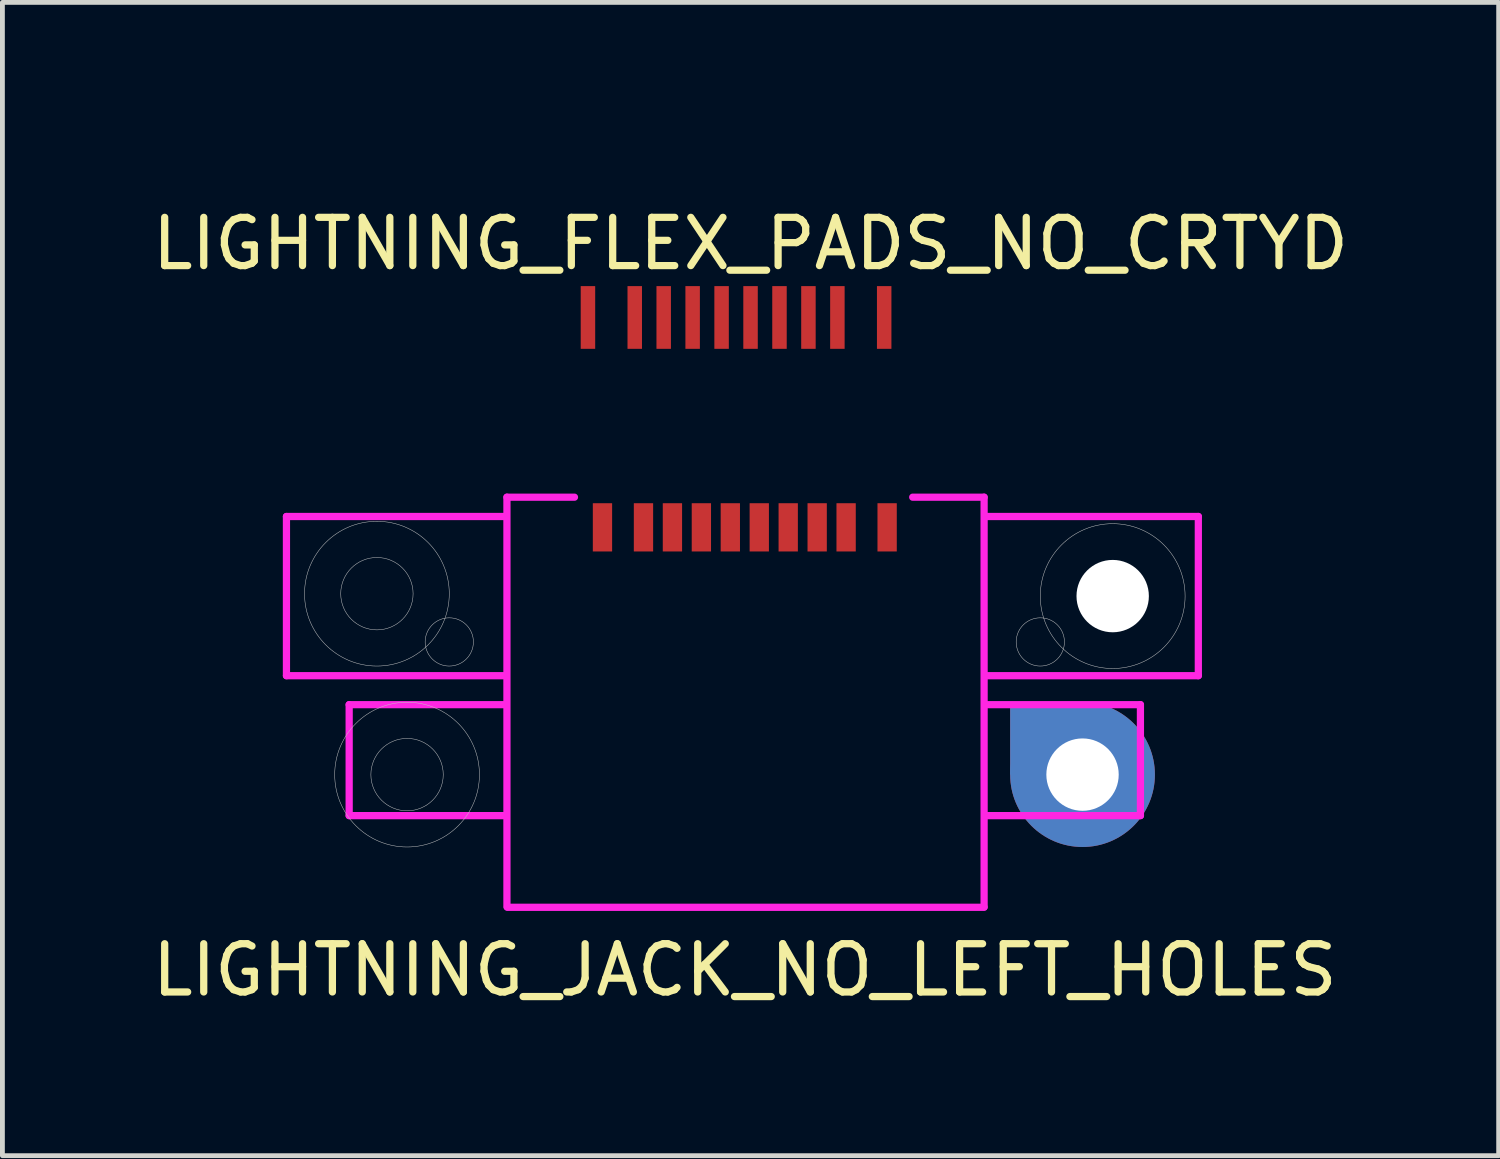
<source format=kicad_pcb>
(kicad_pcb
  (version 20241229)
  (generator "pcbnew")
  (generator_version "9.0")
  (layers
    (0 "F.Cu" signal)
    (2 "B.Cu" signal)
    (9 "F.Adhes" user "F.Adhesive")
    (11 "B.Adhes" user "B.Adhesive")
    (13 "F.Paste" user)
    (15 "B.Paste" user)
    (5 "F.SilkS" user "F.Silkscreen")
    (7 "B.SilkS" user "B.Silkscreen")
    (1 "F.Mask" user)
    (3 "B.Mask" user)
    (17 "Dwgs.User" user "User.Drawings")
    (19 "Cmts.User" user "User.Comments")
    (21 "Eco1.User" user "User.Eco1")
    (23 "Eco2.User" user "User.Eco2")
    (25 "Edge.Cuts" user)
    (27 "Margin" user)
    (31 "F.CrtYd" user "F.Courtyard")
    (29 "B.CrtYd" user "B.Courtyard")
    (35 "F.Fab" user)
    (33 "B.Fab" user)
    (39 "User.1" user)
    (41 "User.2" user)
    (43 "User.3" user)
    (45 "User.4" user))
  (footprint "LIGHTNING_JACK_NO_LEFT_HOLES"
    (layer "F.Cu")
    (at 12.387 11.505)
    (property "Reference" "LIGHTNING_JACK_NO_LEFT_HOLES" (at 0 5.55 0) (layer "F.SilkS") (effects (font (size 1 1) (thickness 0.15))))
    (attr through_hole)
    (fp_circle (center -7.625 -2.25) (end -9.125 -2.25) (stroke (width 0.01) (type solid)) (fill no) (layer "Dwgs.User"))
    (fp_circle (center -7.625 -2.25) (end -6.875 -2.25) (stroke (width 0.01) (type solid)) (fill no) (layer "Dwgs.User"))
    (fp_circle (center -7 1.5) (end -6.25 1.5) (stroke (width 0.01) (type solid)) (fill no) (layer "Dwgs.User"))
    (fp_circle (center -7 1.5) (end -5.5 1.5) (stroke (width 0.01) (type solid)) (fill no) (layer "Dwgs.User"))
    (fp_circle (center -6.125 -1.25) (end -5.625 -1.25) (stroke (width 0.01) (type solid)) (fill no) (layer "Dwgs.User"))
    (fp_circle (center 6.125 -1.25) (end 6.625 -1.25) (stroke (width 0.01) (type solid)) (fill no) (layer "Dwgs.User"))
    (fp_circle (center 7.625 -2.2) (end 9.125 -2.15) (stroke (width 0.01) (type solid)) (fill no) (layer "Dwgs.User"))
    (fp_line (start -9.5 -3.85) (end -9.5 -0.55) (stroke (width 0.15) (type solid)) (layer "F.CrtYd"))
    (fp_line (start -9.5 -3.85) (end -5 -3.85) (stroke (width 0.15) (type solid)) (layer "F.CrtYd"))
    (fp_line (start -9.5 -0.55) (end -5 -0.55) (stroke (width 0.15) (type solid)) (layer "F.CrtYd"))
    (fp_line (start -8.2 0.05) (end -8.2 2.35) (stroke (width 0.15) (type solid)) (layer "F.CrtYd"))
    (fp_line (start -8.2 2.35) (end -5 2.35) (stroke (width 0.15) (type solid)) (layer "F.CrtYd"))
    (fp_line (start -5 0.05) (end -8.2 0.05) (stroke (width 0.15) (type solid)) (layer "F.CrtYd"))
    (fp_line (start -4.93 -4.25) (end -4.93 4.24) (stroke (width 0.15) (type solid)) (layer "F.CrtYd"))
    (fp_line (start -4.93 -4.25) (end -3.53 -4.25) (stroke (width 0.15) (type solid)) (layer "F.CrtYd"))
    (fp_line (start -4.92 4.25) (end 4.96 4.25) (stroke (width 0.15) (type solid)) (layer "F.CrtYd"))
    (fp_line (start 4.96 -4.25) (end 3.48 -4.25) (stroke (width 0.15) (type solid)) (layer "F.CrtYd"))
    (fp_line (start 4.96 4.24) (end 4.96 -4.25) (stroke (width 0.15) (type solid)) (layer "F.CrtYd"))
    (fp_line (start 5 0.05) (end 8.2 0.05) (stroke (width 0.15) (type solid)) (layer "F.CrtYd"))
    (fp_line (start 8.2 0.05) (end 8.2 2.35) (stroke (width 0.15) (type solid)) (layer "F.CrtYd"))
    (fp_line (start 8.2 2.35) (end 5 2.35) (stroke (width 0.15) (type solid)) (layer "F.CrtYd"))
    (fp_line (start 9.4 -3.85) (end 5 -3.85) (stroke (width 0.15) (type solid)) (layer "F.CrtYd"))
    (fp_line (start 9.4 -3.85) (end 9.4 -0.55) (stroke (width 0.15) (type solid)) (layer "F.CrtYd"))
    (fp_line (start 9.4 -0.55) (end 5 -0.55) (stroke (width 0.15) (type solid)) (layer "F.CrtYd"))
    (pad "" smd rect (at 6.25 0.75) (size 1.5 1.5) (layers "F.Cu" "F.Mask" "F.Paste"))
    (pad "" smd rect (at 6.25 0.75) (size 1.5 1.5) (layers "B.Cu" "B.Mask" "B.Paste"))
    (pad "" np_thru_hole circle (at 7 1.5) (size 3 3) (drill 1.5) (layers "*.Cu" "*.Paste" "*.Mask"))
    (pad "" np_thru_hole circle (at 7.625 -2.2) (size 1.5 1.5) (drill 1.5) (layers "*.Cu" "*.Paste" "*.Mask"))
    (pad "1" smd rect (at -2.95 -3.625) (size 0.4 1) (layers "F.Cu" "F.Mask" "F.Paste"))
    (pad "2" smd rect (at -2.1 -3.625) (size 0.4 1) (layers "F.Cu" "F.Mask" "F.Paste"))
    (pad "3" smd rect (at -1.5 -3.625) (size 0.4 1) (layers "F.Cu" "F.Mask" "F.Paste"))
    (pad "4" smd rect (at -0.9 -3.625) (size 0.4 1) (layers "F.Cu" "F.Mask" "F.Paste"))
    (pad "5" smd rect (at -0.3 -3.625) (size 0.4 1) (layers "F.Cu" "F.Mask" "F.Paste"))
    (pad "6" smd rect (at 0.3 -3.625) (size 0.4 1) (layers "F.Cu" "F.Mask" "F.Paste"))
    (pad "7" smd rect (at 0.9 -3.625) (size 0.4 1) (layers "F.Cu" "F.Mask" "F.Paste"))
    (pad "8" smd rect (at 1.5 -3.625) (size 0.4 1) (layers "F.Cu" "F.Mask" "F.Paste"))
    (pad "9" smd rect (at 2.1 -3.625) (size 0.4 1) (layers "F.Cu" "F.Mask" "F.Paste"))
    (pad "10" smd rect (at 2.95 -3.625) (size 0.4 1) (layers "F.Cu" "F.Mask" "F.Paste")))
  (footprint "LIGHTNING_FLEX_PADS_NO_CRTYD"
    (layer "F.Cu")
    (at 12.206 0.25)
    (property "Reference" "LIGHTNING_FLEX_PADS_NO_CRTYD" (at 0.3 1.75 0) (layer "F.SilkS") (effects (font (size 1 1) (thickness 0.15))))
    (attr through_hole)
    (pad "1" smd rect (at -3.07 3.28) (size 0.3 1.3) (layers "F.Cu" "F.Mask" "F.Paste"))
    (pad "2" smd rect (at -2.1 3.28) (size 0.3 1.3) (layers "F.Cu" "F.Mask" "F.Paste"))
    (pad "3" smd rect (at -1.5 3.28) (size 0.3 1.3) (layers "F.Cu" "F.Mask" "F.Paste"))
    (pad "4" smd rect (at -0.9 3.28) (size 0.3 1.3) (layers "F.Cu" "F.Mask" "F.Paste"))
    (pad "5" smd rect (at -0.3 3.28) (size 0.3 1.3) (layers "F.Cu" "F.Mask" "F.Paste"))
    (pad "6" smd rect (at 0.3 3.28) (size 0.3 1.3) (layers "F.Cu" "F.Mask" "F.Paste"))
    (pad "7" smd rect (at 0.9 3.28) (size 0.3 1.3) (layers "F.Cu" "F.Mask" "F.Paste"))
    (pad "8" smd rect (at 1.5 3.28) (size 0.3 1.3) (layers "F.Cu" "F.Mask" "F.Paste"))
    (pad "9" smd rect (at 2.1 3.28) (size 0.3 1.3) (layers "F.Cu" "F.Mask" "F.Paste"))
    (pad "10" smd rect (at 3.07 3.28) (size 0.3 1.3) (layers "F.Cu" "F.Mask" "F.Paste")))
  (gr_rect
    (start -3 -3)
    (end 28.012 20.903)
    (stroke (width 0.1) (type default))
    (fill no)
    (layer "Edge.Cuts")))
</source>
